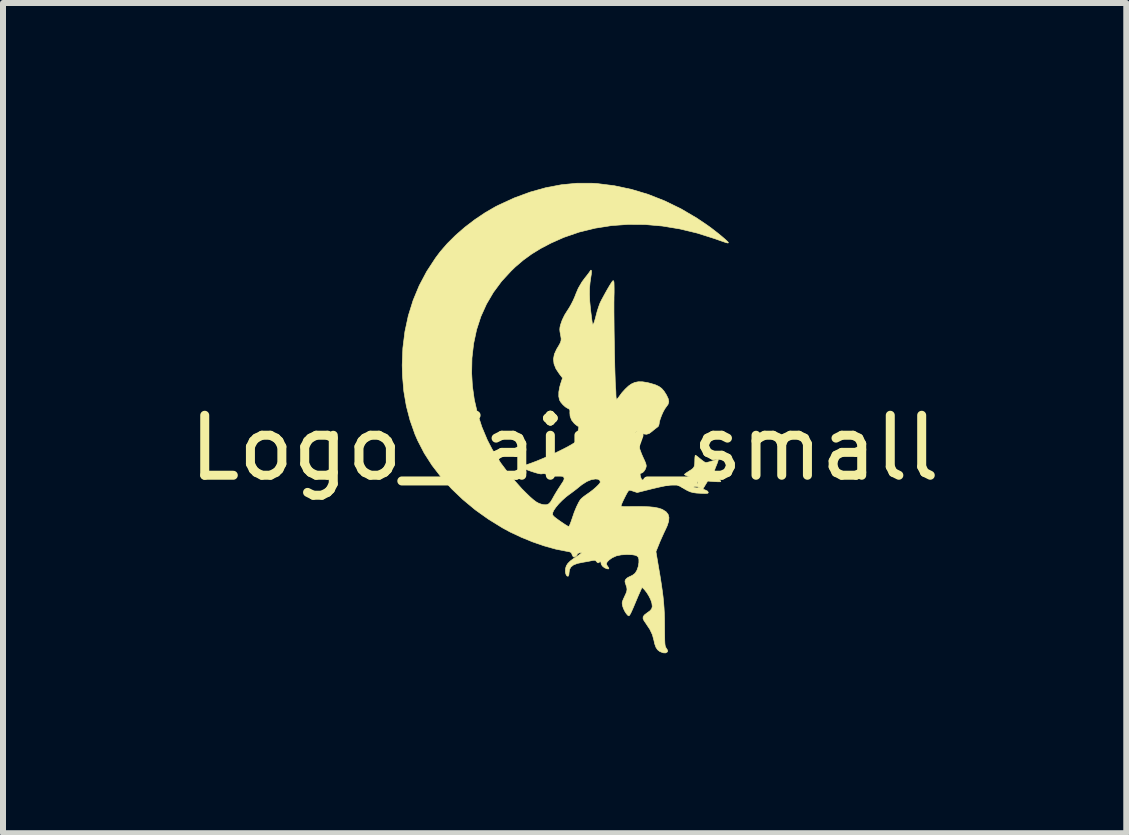
<source format=kicad_pcb>
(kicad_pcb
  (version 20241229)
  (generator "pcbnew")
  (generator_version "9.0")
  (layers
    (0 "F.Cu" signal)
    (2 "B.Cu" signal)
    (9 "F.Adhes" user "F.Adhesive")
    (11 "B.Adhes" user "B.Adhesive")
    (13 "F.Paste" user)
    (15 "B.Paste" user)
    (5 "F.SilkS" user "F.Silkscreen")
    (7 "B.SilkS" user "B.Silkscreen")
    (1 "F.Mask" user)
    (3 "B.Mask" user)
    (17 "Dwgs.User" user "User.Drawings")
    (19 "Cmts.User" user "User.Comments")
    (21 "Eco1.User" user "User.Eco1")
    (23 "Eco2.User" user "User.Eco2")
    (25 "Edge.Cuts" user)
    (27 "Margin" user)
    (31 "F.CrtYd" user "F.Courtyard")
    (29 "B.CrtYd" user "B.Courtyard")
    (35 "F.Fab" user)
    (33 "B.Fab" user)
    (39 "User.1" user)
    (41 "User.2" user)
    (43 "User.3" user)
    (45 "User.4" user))
  (footprint "Logo_fairy_small"
    (layer "F.Cu")
    (at 6.363 3.918)
    (property "Reference" "Logo_fairy_small" (at 0 0.5 0) (layer "F.SilkS") (effects (font (size 1 1) (thickness 0.15))))
    (attr through_hole)
    (fp_poly (pts (xy 0.54 -3.908) (xy 0.828 -3.872) (xy 1.114 -3.811) (xy 1.394 -3.727) (xy 1.67 -3.618) (xy 1.941 -3.486) (xy 2.206 -3.33) (xy 2.379 -3.213) (xy 2.439 -3.17) (xy 2.5 -3.123) (xy 2.56 -3.076) (xy 2.615 -3.031) (xy 2.663 -2.99) (xy 2.7 -2.957) (xy 2.723 -2.934) (xy 2.729 -2.925) (xy 2.728 -2.919) (xy 2.724 -2.917) (xy 2.713 -2.918) (xy 2.692 -2.923) (xy 2.659 -2.934) (xy 2.61 -2.951) (xy 2.542 -2.975) (xy 2.503 -2.989) (xy 2.21 -3.082) (xy 1.919 -3.152) (xy 1.628 -3.2) (xy 1.341 -3.225) (xy 1.058 -3.227) (xy 0.78 -3.207) (xy 0.508 -3.164) (xy 0.243 -3.099) (xy -0.013 -3.011) (xy -0.229 -2.915) (xy -0.399 -2.826) (xy -0.55 -2.733) (xy -0.689 -2.632) (xy -0.823 -2.518) (xy -0.891 -2.452) (xy -1.051 -2.279) (xy -1.188 -2.094) (xy -1.303 -1.898) (xy -1.397 -1.69) (xy -1.468 -1.471) (xy -1.517 -1.241) (xy -1.545 -1) (xy -1.55 -0.748) (xy -1.538 -0.534) (xy -1.506 -0.306) (xy -1.453 -0.076) (xy -1.38 0.15) (xy -1.289 0.367) (xy -1.208 0.523) (xy -1.066 0.75) (xy -0.901 0.969) (xy -0.712 1.182) (xy -0.648 1.246) (xy -0.579 1.313) (xy -0.522 1.363) (xy -0.474 1.399) (xy -0.43 1.423) (xy -0.386 1.438) (xy -0.351 1.446) (xy -0.306 1.447) (xy -0.269 1.434) (xy -0.237 1.403) (xy -0.205 1.351) (xy -0.197 1.336) (xy -0.172 1.291) (xy -0.138 1.234) (xy -0.102 1.176) (xy -0.087 1.154) (xy -0.051 1.098) (xy -0.026 1.06) (xy -0.013 1.033) (xy -0.008 1.014) (xy -0.01 0.999) (xy -0.015 0.989) (xy -0.024 0.978) (xy -0.041 0.972) (xy -0.071 0.97) (xy -0.12 0.97) (xy -0.128 0.97) (xy -0.185 0.971) (xy -0.227 0.967) (xy -0.262 0.957) (xy -0.284 0.947) (xy -0.329 0.93) (xy -0.364 0.928) (xy -0.373 0.931) (xy -0.395 0.933) (xy -0.428 0.928) (xy -0.474 0.916) (xy -0.538 0.896) (xy -0.559 0.889) (xy -0.617 0.868) (xy -0.665 0.849) (xy -0.699 0.834) (xy -0.715 0.824) (xy -0.716 0.823) (xy -0.708 0.811) (xy -0.681 0.797) (xy -0.655 0.787) (xy -0.563 0.755) (xy -0.465 0.718) (xy -0.364 0.676) (xy -0.262 0.632) (xy -0.162 0.586) (xy -0.067 0.54) (xy 0.02 0.496) (xy 0.097 0.454) (xy 0.16 0.416) (xy 0.207 0.384) (xy 0.236 0.359) (xy 0.242 0.349) (xy 0.241 0.327) (xy 0.229 0.301) (xy 0.218 0.28) (xy 0.215 0.257) (xy 0.222 0.223) (xy 0.225 0.208) (xy 0.234 0.17) (xy 0.235 0.149) (xy 0.228 0.14) (xy 0.224 0.139) (xy 0.206 0.128) (xy 0.177 0.105) (xy 0.16 0.09) (xy 0.116 0.035) (xy 0.091 -0.031) (xy 0.087 -0.085) (xy 0.088 -0.121) (xy 0.082 -0.142) (xy 0.064 -0.155) (xy 0.051 -0.161) (xy 0.013 -0.184) (xy -0.028 -0.221) (xy -0.064 -0.263) (xy -0.086 -0.301) (xy -0.086 -0.302) (xy -0.098 -0.36) (xy -0.097 -0.434) (xy -0.082 -0.517) (xy -0.067 -0.57) (xy -0.035 -0.667) (xy -0.087 -0.734) (xy -0.144 -0.819) (xy -0.177 -0.901) (xy -0.186 -0.982) (xy -0.171 -1.064) (xy -0.132 -1.149) (xy -0.123 -1.163) (xy -0.091 -1.217) (xy -0.07 -1.257) (xy -0.06 -1.29) (xy -0.058 -1.323) (xy -0.064 -1.362) (xy -0.069 -1.389) (xy -0.078 -1.439) (xy -0.081 -1.476) (xy -0.078 -1.511) (xy -0.068 -1.554) (xy -0.041 -1.632) (xy -0.001 -1.715) (xy 0.047 -1.792) (xy 0.056 -1.805) (xy 0.08 -1.843) (xy 0.11 -1.896) (xy 0.14 -1.955) (xy 0.166 -2.013) (xy 0.185 -2.061) (xy 0.186 -2.065) (xy 0.228 -2.164) (xy 0.289 -2.268) (xy 0.341 -2.338) (xy 0.374 -2.379) (xy 0.402 -2.416) (xy 0.42 -2.441) (xy 0.423 -2.447) (xy 0.437 -2.465) (xy 0.445 -2.46) (xy 0.448 -2.435) (xy 0.444 -2.392) (xy 0.439 -2.362) (xy 0.424 -2.259) (xy 0.415 -2.161) (xy 0.414 -2.061) (xy 0.418 -1.952) (xy 0.43 -1.827) (xy 0.433 -1.799) (xy 0.442 -1.727) (xy 0.45 -1.663) (xy 0.457 -1.612) (xy 0.462 -1.578) (xy 0.466 -1.564) (xy 0.475 -1.563) (xy 0.485 -1.577) (xy 0.497 -1.61) (xy 0.513 -1.664) (xy 0.526 -1.716) (xy 0.543 -1.78) (xy 0.564 -1.845) (xy 0.584 -1.901) (xy 0.595 -1.927) (xy 0.617 -1.971) (xy 0.648 -2.028) (xy 0.682 -2.09) (xy 0.717 -2.152) (xy 0.75 -2.208) (xy 0.777 -2.251) (xy 0.789 -2.269) (xy 0.805 -2.288) (xy 0.813 -2.289) (xy 0.82 -2.275) (xy 0.823 -2.256) (xy 0.824 -2.216) (xy 0.825 -2.159) (xy 0.825 -2.09) (xy 0.823 -2.011) (xy 0.823 -1.978) (xy 0.822 -1.927) (xy 0.822 -1.857) (xy 0.822 -1.771) (xy 0.823 -1.673) (xy 0.824 -1.565) (xy 0.825 -1.449) (xy 0.827 -1.33) (xy 0.829 -1.208) (xy 0.831 -1.087) (xy 0.834 -0.971) (xy 0.836 -0.861) (xy 0.839 -0.76) (xy 0.842 -0.671) (xy 0.844 -0.598) (xy 0.847 -0.542) (xy 0.849 -0.506) (xy 0.85 -0.496) (xy 0.852 -0.475) (xy 0.854 -0.437) (xy 0.855 -0.394) (xy 0.857 -0.352) (xy 0.861 -0.322) (xy 0.866 -0.31) (xy 0.867 -0.31) (xy 0.879 -0.32) (xy 0.899 -0.344) (xy 0.912 -0.362) (xy 0.957 -0.423) (xy 1.011 -0.482) (xy 1.065 -0.533) (xy 1.112 -0.566) (xy 1.168 -0.592) (xy 1.229 -0.604) (xy 1.3 -0.603) (xy 1.385 -0.589) (xy 1.435 -0.576) (xy 1.512 -0.553) (xy 1.571 -0.526) (xy 1.617 -0.493) (xy 1.657 -0.447) (xy 1.697 -0.384) (xy 1.698 -0.382) (xy 1.727 -0.321) (xy 1.736 -0.271) (xy 1.724 -0.227) (xy 1.695 -0.187) (xy 1.67 -0.152) (xy 1.642 -0.101) (xy 1.616 -0.043) (xy 1.594 0.016) (xy 1.579 0.067) (xy 1.575 0.1) (xy 1.566 0.134) (xy 1.541 0.157) (xy 1.512 0.178) (xy 1.475 0.208) (xy 1.454 0.226) (xy 1.409 0.259) (xy 1.365 0.272) (xy 1.315 0.266) (xy 1.266 0.247) (xy 1.23 0.234) (xy 1.203 0.228) (xy 1.194 0.229) (xy 1.18 0.246) (xy 1.182 0.279) (xy 1.198 0.325) (xy 1.203 0.334) (xy 1.218 0.373) (xy 1.232 0.423) (xy 1.24 0.463) (xy 1.255 0.525) (xy 1.282 0.598) (xy 1.31 0.662) (xy 1.337 0.72) (xy 1.353 0.761) (xy 1.36 0.791) (xy 1.359 0.814) (xy 1.358 0.817) (xy 1.345 0.854) (xy 1.323 0.888) (xy 1.3 0.911) (xy 1.283 0.918) (xy 1.264 0.924) (xy 1.26 0.928) (xy 1.258 0.948) (xy 1.265 0.979) (xy 1.276 1.01) (xy 1.289 1.03) (xy 1.293 1.032) (xy 1.31 1.033) (xy 1.347 1.032) (xy 1.4 1.029) (xy 1.465 1.025) (xy 1.513 1.022) (xy 1.595 1.016) (xy 1.682 1.011) (xy 1.764 1.006) (xy 1.834 1.004) (xy 1.854 1.003) (xy 1.915 1.003) (xy 1.96 1.004) (xy 1.996 1.009) (xy 2.031 1.019) (xy 2.074 1.036) (xy 2.099 1.046) (xy 2.148 1.066) (xy 2.188 1.081) (xy 2.215 1.09) (xy 2.221 1.091) (xy 2.223 1.083) (xy 2.213 1.062) (xy 2.209 1.056) (xy 2.181 1.03) (xy 2.134 1.004) (xy 2.09 0.987) (xy 2.047 0.969) (xy 2.014 0.954) (xy 1.998 0.944) (xy 1.997 0.942) (xy 2.007 0.931) (xy 2.033 0.912) (xy 2.07 0.888) (xy 2.076 0.884) (xy 2.118 0.858) (xy 2.145 0.834) (xy 2.161 0.806) (xy 2.168 0.768) (xy 2.17 0.713) (xy 2.17 0.693) (xy 2.172 0.654) (xy 2.176 0.628) (xy 2.18 0.62) (xy 2.193 0.628) (xy 2.22 0.648) (xy 2.254 0.676) (xy 2.261 0.682) (xy 2.299 0.712) (xy 2.331 0.734) (xy 2.353 0.744) (xy 2.355 0.744) (xy 2.376 0.74) (xy 2.414 0.731) (xy 2.46 0.717) (xy 2.466 0.715) (xy 2.509 0.702) (xy 2.543 0.694) (xy 2.56 0.694) (xy 2.561 0.694) (xy 2.559 0.709) (xy 2.549 0.741) (xy 2.533 0.782) (xy 2.53 0.789) (xy 2.512 0.833) (xy 2.499 0.871) (xy 2.493 0.894) (xy 2.493 0.895) (xy 2.5 0.914) (xy 2.52 0.946) (xy 2.547 0.983) (xy 2.549 0.984) (xy 2.576 1.019) (xy 2.596 1.046) (xy 2.604 1.06) (xy 2.604 1.061) (xy 2.593 1.064) (xy 2.562 1.064) (xy 2.518 1.062) (xy 2.495 1.061) (xy 2.385 1.052) (xy 2.346 1.115) (xy 2.325 1.15) (xy 2.311 1.175) (xy 2.307 1.184) (xy 2.317 1.19) (xy 2.343 1.201) (xy 2.35 1.203) (xy 2.383 1.22) (xy 2.394 1.239) (xy 2.392 1.25) (xy 2.382 1.256) (xy 2.361 1.258) (xy 2.323 1.258) (xy 2.273 1.256) (xy 2.199 1.252) (xy 2.142 1.244) (xy 2.094 1.231) (xy 2.046 1.21) (xy 1.991 1.179) (xy 1.979 1.171) (xy 1.945 1.152) (xy 2.151 1.152) (xy 2.152 1.153) (xy 2.168 1.161) (xy 2.199 1.165) (xy 2.211 1.165) (xy 2.241 1.163) (xy 2.249 1.16) (xy 2.239 1.153) (xy 2.21 1.145) (xy 2.181 1.142) (xy 2.158 1.144) (xy 2.151 1.152) (xy 1.945 1.152) (xy 1.934 1.145) (xy 1.893 1.124) (xy 1.864 1.111) (xy 1.859 1.11) (xy 1.826 1.109) (xy 1.769 1.115) (xy 1.689 1.129) (xy 1.588 1.15) (xy 1.464 1.179) (xy 1.408 1.193) (xy 1.209 1.243) (xy 1.143 1.221) (xy 1.105 1.208) (xy 1.083 1.204) (xy 1.07 1.209) (xy 1.059 1.222) (xy 1.058 1.222) (xy 1.042 1.248) (xy 1.021 1.287) (xy 0.998 1.332) (xy 0.975 1.379) (xy 0.957 1.419) (xy 0.945 1.449) (xy 0.943 1.459) (xy 0.942 1.465) (xy 0.943 1.47) (xy 0.949 1.473) (xy 0.963 1.475) (xy 0.987 1.477) (xy 1.026 1.477) (xy 1.082 1.477) (xy 1.158 1.476) (xy 1.191 1.476) (xy 1.313 1.477) (xy 1.413 1.481) (xy 1.494 1.489) (xy 1.56 1.502) (xy 1.614 1.519) (xy 1.636 1.529) (xy 1.691 1.564) (xy 1.725 1.607) (xy 1.739 1.659) (xy 1.734 1.722) (xy 1.71 1.797) (xy 1.683 1.856) (xy 1.654 1.917) (xy 1.621 1.99) (xy 1.589 2.062) (xy 1.575 2.097) (xy 1.522 2.228) (xy 1.567 2.494) (xy 1.592 2.641) (xy 1.612 2.769) (xy 1.628 2.88) (xy 1.641 2.981) (xy 1.65 3.073) (xy 1.657 3.163) (xy 1.662 3.255) (xy 1.665 3.351) (xy 1.666 3.458) (xy 1.666 3.479) (xy 1.667 3.577) (xy 1.668 3.653) (xy 1.669 3.711) (xy 1.671 3.753) (xy 1.674 3.783) (xy 1.678 3.805) (xy 1.684 3.82) (xy 1.691 3.833) (xy 1.697 3.842) (xy 1.715 3.871) (xy 1.717 3.89) (xy 1.711 3.901) (xy 1.683 3.917) (xy 1.643 3.915) (xy 1.595 3.897) (xy 1.586 3.893) (xy 1.549 3.864) (xy 1.522 3.823) (xy 1.501 3.765) (xy 1.488 3.706) (xy 1.463 3.613) (xy 1.42 3.523) (xy 1.358 3.43) (xy 1.358 3.429) (xy 1.323 3.379) (xy 1.307 3.341) (xy 1.31 3.311) (xy 1.332 3.282) (xy 1.375 3.249) (xy 1.38 3.246) (xy 1.426 3.212) (xy 1.452 3.179) (xy 1.461 3.142) (xy 1.455 3.093) (xy 1.451 3.076) (xy 1.434 3.027) (xy 1.405 2.969) (xy 1.37 2.912) (xy 1.334 2.866) (xy 1.317 2.848) (xy 1.29 2.824) (xy 1.249 2.916) (xy 1.227 2.965) (xy 1.2 3.029) (xy 1.171 3.098) (xy 1.148 3.153) (xy 1.122 3.212) (xy 1.1 3.259) (xy 1.082 3.289) (xy 1.071 3.299) (xy 1.051 3.288) (xy 1.027 3.26) (xy 1.002 3.221) (xy 0.981 3.177) (xy 0.967 3.137) (xy 0.961 3.106) (xy 0.959 3.081) (xy 0.965 3.055) (xy 0.979 3.02) (xy 0.997 2.981) (xy 1.022 2.927) (xy 1.036 2.887) (xy 1.04 2.855) (xy 1.035 2.821) (xy 1.021 2.78) (xy 1.021 2.778) (xy 1.009 2.742) (xy 1.006 2.719) (xy 1.013 2.7) (xy 1.02 2.689) (xy 1.044 2.666) (xy 1.08 2.646) (xy 1.091 2.642) (xy 1.133 2.621) (xy 1.172 2.591) (xy 1.178 2.584) (xy 1.206 2.538) (xy 1.227 2.477) (xy 1.238 2.41) (xy 1.238 2.36) (xy 1.23 2.327) (xy 1.212 2.304) (xy 1.18 2.289) (xy 1.13 2.28) (xy 1.06 2.277) (xy 1.042 2.276) (xy 0.943 2.282) (xy 0.862 2.299) (xy 0.792 2.331) (xy 0.743 2.366) (xy 0.71 2.399) (xy 0.697 2.426) (xy 0.703 2.453) (xy 0.72 2.477) (xy 0.737 2.504) (xy 0.734 2.516) (xy 0.712 2.515) (xy 0.703 2.513) (xy 0.663 2.496) (xy 0.629 2.468) (xy 0.61 2.437) (xy 0.608 2.424) (xy 0.603 2.399) (xy 0.589 2.396) (xy 0.572 2.409) (xy 0.558 2.416) (xy 0.541 2.405) (xy 0.533 2.395) (xy 0.516 2.378) (xy 0.498 2.372) (xy 0.471 2.375) (xy 0.45 2.379) (xy 0.407 2.388) (xy 0.351 2.398) (xy 0.298 2.407) (xy 0.212 2.425) (xy 0.148 2.45) (xy 0.105 2.484) (xy 0.081 2.527) (xy 0.074 2.576) (xy 0.071 2.61) (xy 0.063 2.633) (xy 0.06 2.637) (xy 0.042 2.636) (xy 0.026 2.616) (xy 0.015 2.583) (xy 0.012 2.552) (xy 0.016 2.505) (xy 0.029 2.464) (xy 0.054 2.425) (xy 0.094 2.385) (xy 0.152 2.342) (xy 0.216 2.3) (xy 0.258 2.271) (xy 0.279 2.252) (xy 0.278 2.245) (xy 0.276 2.245) (xy 0.24 2.25) (xy 0.216 2.262) (xy 0.211 2.273) (xy 0.201 2.291) (xy 0.179 2.309) (xy 0.155 2.319) (xy 0.153 2.319) (xy 0.14 2.309) (xy 0.126 2.283) (xy 0.124 2.277) (xy 0.116 2.255) (xy 0.104 2.241) (xy 0.083 2.232) (xy 0.046 2.224) (xy 0.021 2.22) (xy -0.154 2.185) (xy -0.339 2.133) (xy -0.531 2.067) (xy -0.722 1.989) (xy -0.907 1.902) (xy -1.033 1.834) (xy -1.268 1.689) (xy -1.402 1.594) (xy -0.202 1.594) (xy -0.201 1.61) (xy -0.194 1.625) (xy -0.178 1.643) (xy -0.149 1.667) (xy -0.104 1.7) (xy -0.076 1.72) (xy -0.026 1.754) (xy 0.018 1.783) (xy 0.05 1.802) (xy 0.067 1.811) (xy 0.068 1.811) (xy 0.077 1.8) (xy 0.091 1.77) (xy 0.108 1.725) (xy 0.124 1.679) (xy 0.16 1.573) (xy 0.198 1.481) (xy 0.235 1.406) (xy 0.261 1.363) (xy 0.284 1.339) (xy 0.321 1.308) (xy 0.364 1.277) (xy 0.37 1.273) (xy 0.423 1.236) (xy 0.476 1.195) (xy 0.523 1.154) (xy 0.561 1.117) (xy 0.587 1.087) (xy 0.595 1.068) (xy 0.585 1.038) (xy 0.555 1.021) (xy 0.513 1.017) (xy 0.445 1.028) (xy 0.37 1.059) (xy 0.29 1.11) (xy 0.248 1.143) (xy 0.197 1.185) (xy 0.139 1.229) (xy 0.088 1.267) (xy 0.087 1.267) (xy 0.02 1.318) (xy -0.043 1.375) (xy -0.1 1.433) (xy -0.147 1.49) (xy -0.182 1.541) (xy -0.2 1.582) (xy -0.202 1.594) (xy -1.402 1.594) (xy -1.49 1.531) (xy -1.696 1.36) (xy -1.886 1.179) (xy -2.057 0.988) (xy -2.21 0.79) (xy -2.341 0.586) (xy -2.449 0.377) (xy -2.495 0.272) (xy -2.577 0.039) (xy -2.639 -0.199) (xy -2.681 -0.445) (xy -2.703 -0.702) (xy -2.708 -0.881) (xy -2.697 -1.165) (xy -2.663 -1.439) (xy -2.606 -1.705) (xy -2.526 -1.961) (xy -2.424 -2.207) (xy -2.299 -2.443) (xy -2.151 -2.669) (xy -2.074 -2.772) (xy -1.955 -2.909) (xy -1.817 -3.046) (xy -1.663 -3.18) (xy -1.498 -3.306) (xy -1.327 -3.421) (xy -1.155 -3.521) (xy -1.103 -3.547) (xy -0.838 -3.669) (xy -0.574 -3.766) (xy -0.313 -3.839) (xy -0.054 -3.888) (xy 0.202 -3.913) (xy 0.456 -3.913) (xy 0.54 -3.908)) (stroke (width 0.01) (type solid)) (fill yes) (layer "F.SilkS")))
  (gr_rect
    (start -3 -3)
    (end 15.726 10.84)
    (stroke (width 0.1) (type default))
    (fill no)
    (layer "Edge.Cuts")))
</source>
